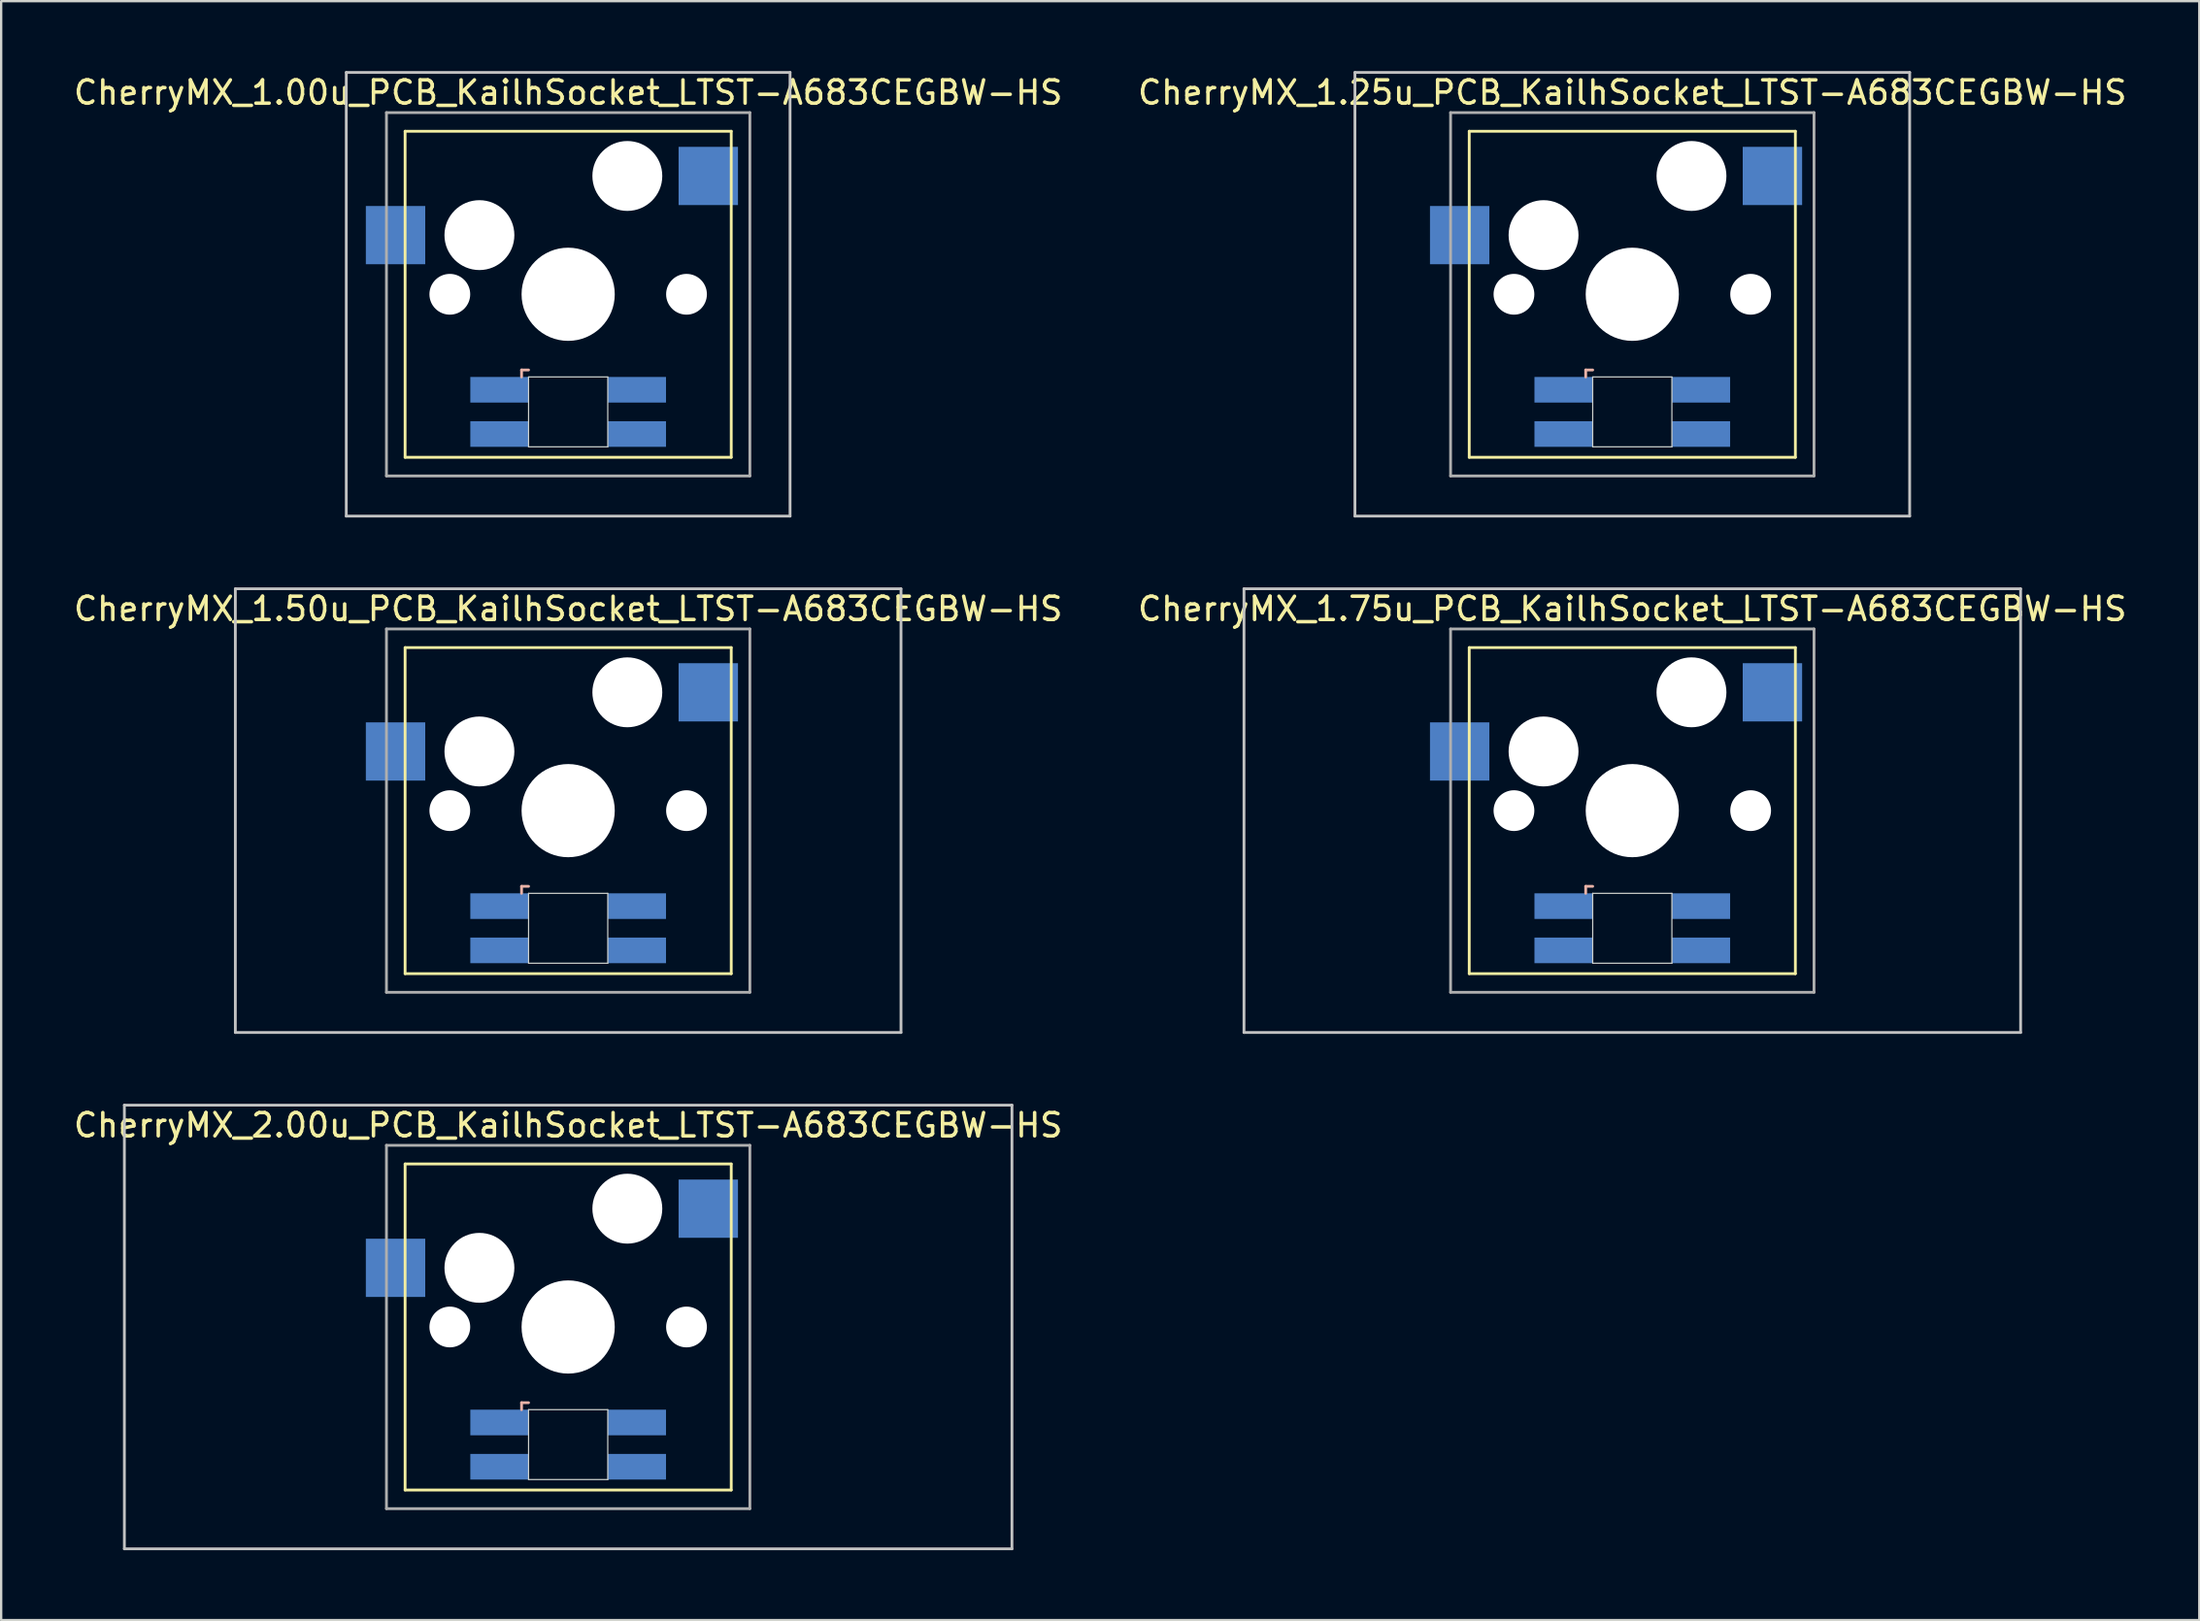
<source format=kicad_pcb>
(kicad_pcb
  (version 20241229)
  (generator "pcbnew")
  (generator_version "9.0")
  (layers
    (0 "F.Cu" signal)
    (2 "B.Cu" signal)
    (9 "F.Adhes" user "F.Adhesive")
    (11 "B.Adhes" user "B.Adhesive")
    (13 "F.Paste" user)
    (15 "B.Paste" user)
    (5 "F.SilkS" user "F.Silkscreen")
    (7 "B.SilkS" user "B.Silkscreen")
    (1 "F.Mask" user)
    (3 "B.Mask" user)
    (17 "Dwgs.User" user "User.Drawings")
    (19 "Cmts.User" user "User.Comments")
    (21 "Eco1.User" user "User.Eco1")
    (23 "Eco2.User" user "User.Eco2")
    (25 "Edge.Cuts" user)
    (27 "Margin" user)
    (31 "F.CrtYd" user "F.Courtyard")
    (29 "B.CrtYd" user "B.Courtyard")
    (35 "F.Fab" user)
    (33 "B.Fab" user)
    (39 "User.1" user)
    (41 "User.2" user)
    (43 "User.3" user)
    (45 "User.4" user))
  (footprint "CherryMX_1.75u_PCB_KailhSocket_LTST-A683CEGBW-HS"
    (layer "F.Cu")
    (at 67.018 31.755)
    (property "Reference" "CherryMX_1.75u_PCB_KailhSocket_LTST-A683CEGBW-HS" (at 0 -8.662 0) (layer "F.SilkS") (effects (font (size 1 1) (thickness 0.15))))
    (attr through_hole)
    (fp_line (start -7 -7) (end -7 7) (stroke (width 0.12) (type solid)) (layer "F.SilkS"))
    (fp_line (start -7 -7) (end 7 -7) (stroke (width 0.12) (type solid)) (layer "F.SilkS"))
    (fp_line (start 7 -7) (end 7 7) (stroke (width 0.12) (type solid)) (layer "F.SilkS"))
    (fp_line (start 7 7) (end -7 7) (stroke (width 0.12) (type solid)) (layer "F.SilkS"))
    (fp_line (start -2 3.25) (end -2 3.55) (stroke (width 0.12) (type solid)) (layer "B.SilkS"))
    (fp_line (start -1.7 3.25) (end -2 3.25) (stroke (width 0.12) (type solid)) (layer "B.SilkS"))
    (fp_line (start -16.669 -9.525) (end 16.669 -9.525) (stroke (width 0.12) (type solid)) (layer "Dwgs.User"))
    (fp_line (start -16.669 9.525) (end -16.669 -9.525) (stroke (width 0.12) (type solid)) (layer "Dwgs.User"))
    (fp_line (start 16.669 -9.525) (end 16.669 9.525) (stroke (width 0.12) (type solid)) (layer "Dwgs.User"))
    (fp_line (start 16.669 9.525) (end -16.669 9.525) (stroke (width 0.12) (type solid)) (layer "Dwgs.User"))
    (fp_line (start -1.7 3.55) (end 1.7 3.55) (stroke (width 0.05) (type solid)) (layer "Edge.Cuts"))
    (fp_line (start -1.7 6.55) (end -1.7 3.55) (stroke (width 0.05) (type solid)) (layer "Edge.Cuts"))
    (fp_line (start 1.7 3.55) (end 1.7 6.55) (stroke (width 0.05) (type solid)) (layer "Edge.Cuts"))
    (fp_line (start 1.7 6.55) (end -1.7 6.55) (stroke (width 0.05) (type solid)) (layer "Edge.Cuts"))
    (fp_line (start -7.8 -7.8) (end -7.8 7.8) (stroke (width 0.12) (type solid)) (layer "F.Fab"))
    (fp_line (start -7.8 -7.8) (end 7.8 -7.8) (stroke (width 0.12) (type solid)) (layer "F.Fab"))
    (fp_line (start -7.8 7.8) (end 7.8 7.8) (stroke (width 0.12) (type solid)) (layer "F.Fab"))
    (fp_line (start 7.8 -7.8) (end 7.8 7.8) (stroke (width 0.12) (type solid)) (layer "F.Fab"))
    (pad "" np_thru_hole circle (at -5.08 0) (size 1.75 1.75) (drill 1.75) (layers "*.Cu" "*.Mask"))
    (pad "" np_thru_hole circle (at -3.81 -2.54) (size 3 3) (drill 3) (layers "*.Cu" "*.Mask"))
    (pad "" np_thru_hole circle (at 0 0) (size 4 4) (drill 4) (layers "*.Cu" "*.Mask"))
    (pad "" np_thru_hole circle (at 2.54 -5.08) (size 3 3) (drill 3) (layers "*.Cu" "*.Mask"))
    (pad "" np_thru_hole circle (at 5.08 0) (size 1.75 1.75) (drill 1.75) (layers "*.Cu" "*.Mask"))
    (pad "1" smd rect (at -7.41 -2.54) (size 2.55 2.5) (layers "B.Cu" "B.Mask" "B.Paste"))
    (pad "2" smd rect (at 6.015 -5.08) (size 2.55 2.5) (layers "B.Cu" "B.Mask" "B.Paste"))
    (pad "3" smd rect (at -2.95 4.1) (size 2.5 1.1) (layers "B.Cu" "B.Mask" "B.Paste"))
    (pad "4" smd rect (at -2.95 6) (size 2.5 1.1) (layers "B.Cu" "B.Mask" "B.Paste"))
    (pad "5" smd rect (at 2.95 4.1) (size 2.5 1.1) (layers "B.Cu" "B.Mask" "B.Paste"))
    (pad "6" smd rect (at 2.95 6) (size 2.5 1.1) (layers "B.Cu" "B.Mask" "B.Paste")))
  (footprint "CherryMX_1.50u_PCB_KailhSocket_LTST-A683CEGBW-HS"
    (layer "F.Cu")
    (at 21.339 31.755)
    (property "Reference" "CherryMX_1.50u_PCB_KailhSocket_LTST-A683CEGBW-HS" (at 0 -8.662 0) (layer "F.SilkS") (effects (font (size 1 1) (thickness 0.15))))
    (attr through_hole)
    (fp_line (start -7 -7) (end -7 7) (stroke (width 0.12) (type solid)) (layer "F.SilkS"))
    (fp_line (start -7 -7) (end 7 -7) (stroke (width 0.12) (type solid)) (layer "F.SilkS"))
    (fp_line (start 7 -7) (end 7 7) (stroke (width 0.12) (type solid)) (layer "F.SilkS"))
    (fp_line (start 7 7) (end -7 7) (stroke (width 0.12) (type solid)) (layer "F.SilkS"))
    (fp_line (start -2 3.25) (end -2 3.55) (stroke (width 0.12) (type solid)) (layer "B.SilkS"))
    (fp_line (start -1.7 3.25) (end -2 3.25) (stroke (width 0.12) (type solid)) (layer "B.SilkS"))
    (fp_line (start -14.287 -9.525) (end 14.287 -9.525) (stroke (width 0.12) (type solid)) (layer "Dwgs.User"))
    (fp_line (start -14.287 9.525) (end -14.287 -9.525) (stroke (width 0.12) (type solid)) (layer "Dwgs.User"))
    (fp_line (start 14.287 -9.525) (end 14.287 9.525) (stroke (width 0.12) (type solid)) (layer "Dwgs.User"))
    (fp_line (start 14.287 9.525) (end -14.287 9.525) (stroke (width 0.12) (type solid)) (layer "Dwgs.User"))
    (fp_line (start -1.7 3.55) (end 1.7 3.55) (stroke (width 0.05) (type solid)) (layer "Edge.Cuts"))
    (fp_line (start -1.7 6.55) (end -1.7 3.55) (stroke (width 0.05) (type solid)) (layer "Edge.Cuts"))
    (fp_line (start 1.7 3.55) (end 1.7 6.55) (stroke (width 0.05) (type solid)) (layer "Edge.Cuts"))
    (fp_line (start 1.7 6.55) (end -1.7 6.55) (stroke (width 0.05) (type solid)) (layer "Edge.Cuts"))
    (fp_line (start -7.8 -7.8) (end -7.8 7.8) (stroke (width 0.12) (type solid)) (layer "F.Fab"))
    (fp_line (start -7.8 -7.8) (end 7.8 -7.8) (stroke (width 0.12) (type solid)) (layer "F.Fab"))
    (fp_line (start -7.8 7.8) (end 7.8 7.8) (stroke (width 0.12) (type solid)) (layer "F.Fab"))
    (fp_line (start 7.8 -7.8) (end 7.8 7.8) (stroke (width 0.12) (type solid)) (layer "F.Fab"))
    (pad "" np_thru_hole circle (at -5.08 0) (size 1.75 1.75) (drill 1.75) (layers "*.Cu" "*.Mask"))
    (pad "" np_thru_hole circle (at -3.81 -2.54) (size 3 3) (drill 3) (layers "*.Cu" "*.Mask"))
    (pad "" np_thru_hole circle (at 0 0) (size 4 4) (drill 4) (layers "*.Cu" "*.Mask"))
    (pad "" np_thru_hole circle (at 2.54 -5.08) (size 3 3) (drill 3) (layers "*.Cu" "*.Mask"))
    (pad "" np_thru_hole circle (at 5.08 0) (size 1.75 1.75) (drill 1.75) (layers "*.Cu" "*.Mask"))
    (pad "1" smd rect (at -7.41 -2.54) (size 2.55 2.5) (layers "B.Cu" "B.Mask" "B.Paste"))
    (pad "2" smd rect (at 6.015 -5.08) (size 2.55 2.5) (layers "B.Cu" "B.Mask" "B.Paste"))
    (pad "3" smd rect (at -2.95 4.1) (size 2.5 1.1) (layers "B.Cu" "B.Mask" "B.Paste"))
    (pad "4" smd rect (at -2.95 6) (size 2.5 1.1) (layers "B.Cu" "B.Mask" "B.Paste"))
    (pad "5" smd rect (at 2.95 4.1) (size 2.5 1.1) (layers "B.Cu" "B.Mask" "B.Paste"))
    (pad "6" smd rect (at 2.95 6) (size 2.5 1.1) (layers "B.Cu" "B.Mask" "B.Paste")))
  (footprint "CherryMX_1.25u_PCB_KailhSocket_LTST-A683CEGBW-HS"
    (layer "F.Cu")
    (at 67.018 9.585)
    (property "Reference" "CherryMX_1.25u_PCB_KailhSocket_LTST-A683CEGBW-HS" (at 0 -8.662 0) (layer "F.SilkS") (effects (font (size 1 1) (thickness 0.15))))
    (attr through_hole)
    (fp_line (start -7 -7) (end -7 7) (stroke (width 0.12) (type solid)) (layer "F.SilkS"))
    (fp_line (start -7 -7) (end 7 -7) (stroke (width 0.12) (type solid)) (layer "F.SilkS"))
    (fp_line (start 7 -7) (end 7 7) (stroke (width 0.12) (type solid)) (layer "F.SilkS"))
    (fp_line (start 7 7) (end -7 7) (stroke (width 0.12) (type solid)) (layer "F.SilkS"))
    (fp_line (start -2 3.25) (end -2 3.55) (stroke (width 0.12) (type solid)) (layer "B.SilkS"))
    (fp_line (start -1.7 3.25) (end -2 3.25) (stroke (width 0.12) (type solid)) (layer "B.SilkS"))
    (fp_line (start -11.906 -9.525) (end 11.906 -9.525) (stroke (width 0.12) (type solid)) (layer "Dwgs.User"))
    (fp_line (start -11.906 9.525) (end -11.906 -9.525) (stroke (width 0.12) (type solid)) (layer "Dwgs.User"))
    (fp_line (start 11.906 -9.525) (end 11.906 9.525) (stroke (width 0.12) (type solid)) (layer "Dwgs.User"))
    (fp_line (start 11.906 9.525) (end -11.906 9.525) (stroke (width 0.12) (type solid)) (layer "Dwgs.User"))
    (fp_line (start -1.7 3.55) (end 1.7 3.55) (stroke (width 0.05) (type solid)) (layer "Edge.Cuts"))
    (fp_line (start -1.7 6.55) (end -1.7 3.55) (stroke (width 0.05) (type solid)) (layer "Edge.Cuts"))
    (fp_line (start 1.7 3.55) (end 1.7 6.55) (stroke (width 0.05) (type solid)) (layer "Edge.Cuts"))
    (fp_line (start 1.7 6.55) (end -1.7 6.55) (stroke (width 0.05) (type solid)) (layer "Edge.Cuts"))
    (fp_line (start -7.8 -7.8) (end -7.8 7.8) (stroke (width 0.12) (type solid)) (layer "F.Fab"))
    (fp_line (start -7.8 -7.8) (end 7.8 -7.8) (stroke (width 0.12) (type solid)) (layer "F.Fab"))
    (fp_line (start -7.8 7.8) (end 7.8 7.8) (stroke (width 0.12) (type solid)) (layer "F.Fab"))
    (fp_line (start 7.8 -7.8) (end 7.8 7.8) (stroke (width 0.12) (type solid)) (layer "F.Fab"))
    (pad "" np_thru_hole circle (at -5.08 0) (size 1.75 1.75) (drill 1.75) (layers "*.Cu" "*.Mask"))
    (pad "" np_thru_hole circle (at -3.81 -2.54) (size 3 3) (drill 3) (layers "*.Cu" "*.Mask"))
    (pad "" np_thru_hole circle (at 0 0) (size 4 4) (drill 4) (layers "*.Cu" "*.Mask"))
    (pad "" np_thru_hole circle (at 2.54 -5.08) (size 3 3) (drill 3) (layers "*.Cu" "*.Mask"))
    (pad "" np_thru_hole circle (at 5.08 0) (size 1.75 1.75) (drill 1.75) (layers "*.Cu" "*.Mask"))
    (pad "1" smd rect (at -7.41 -2.54) (size 2.55 2.5) (layers "B.Cu" "B.Mask" "B.Paste"))
    (pad "2" smd rect (at 6.015 -5.08) (size 2.55 2.5) (layers "B.Cu" "B.Mask" "B.Paste"))
    (pad "3" smd rect (at -2.95 4.1) (size 2.5 1.1) (layers "B.Cu" "B.Mask" "B.Paste"))
    (pad "4" smd rect (at -2.95 6) (size 2.5 1.1) (layers "B.Cu" "B.Mask" "B.Paste"))
    (pad "5" smd rect (at 2.95 4.1) (size 2.5 1.1) (layers "B.Cu" "B.Mask" "B.Paste"))
    (pad "6" smd rect (at 2.95 6) (size 2.5 1.1) (layers "B.Cu" "B.Mask" "B.Paste")))
  (footprint "CherryMX_2.00u_PCB_KailhSocket_LTST-A683CEGBW-HS"
    (layer "F.Cu")
    (at 21.339 53.925)
    (property "Reference" "CherryMX_2.00u_PCB_KailhSocket_LTST-A683CEGBW-HS" (at 0 -8.662 0) (layer "F.SilkS") (effects (font (size 1 1) (thickness 0.15))))
    (attr through_hole)
    (fp_line (start -7 -7) (end -7 7) (stroke (width 0.12) (type solid)) (layer "F.SilkS"))
    (fp_line (start -7 -7) (end 7 -7) (stroke (width 0.12) (type solid)) (layer "F.SilkS"))
    (fp_line (start 7 -7) (end 7 7) (stroke (width 0.12) (type solid)) (layer "F.SilkS"))
    (fp_line (start 7 7) (end -7 7) (stroke (width 0.12) (type solid)) (layer "F.SilkS"))
    (fp_line (start -2 3.25) (end -2 3.55) (stroke (width 0.12) (type solid)) (layer "B.SilkS"))
    (fp_line (start -1.7 3.25) (end -2 3.25) (stroke (width 0.12) (type solid)) (layer "B.SilkS"))
    (fp_line (start -19.05 -9.525) (end 19.05 -9.525) (stroke (width 0.12) (type solid)) (layer "Dwgs.User"))
    (fp_line (start -19.05 9.525) (end -19.05 -9.525) (stroke (width 0.12) (type solid)) (layer "Dwgs.User"))
    (fp_line (start 19.05 -9.525) (end 19.05 9.525) (stroke (width 0.12) (type solid)) (layer "Dwgs.User"))
    (fp_line (start 19.05 9.525) (end -19.05 9.525) (stroke (width 0.12) (type solid)) (layer "Dwgs.User"))
    (fp_line (start -1.7 3.55) (end 1.7 3.55) (stroke (width 0.05) (type solid)) (layer "Edge.Cuts"))
    (fp_line (start -1.7 6.55) (end -1.7 3.55) (stroke (width 0.05) (type solid)) (layer "Edge.Cuts"))
    (fp_line (start 1.7 3.55) (end 1.7 6.55) (stroke (width 0.05) (type solid)) (layer "Edge.Cuts"))
    (fp_line (start 1.7 6.55) (end -1.7 6.55) (stroke (width 0.05) (type solid)) (layer "Edge.Cuts"))
    (fp_line (start -7.8 -7.8) (end -7.8 7.8) (stroke (width 0.12) (type solid)) (layer "F.Fab"))
    (fp_line (start -7.8 -7.8) (end 7.8 -7.8) (stroke (width 0.12) (type solid)) (layer "F.Fab"))
    (fp_line (start -7.8 7.8) (end 7.8 7.8) (stroke (width 0.12) (type solid)) (layer "F.Fab"))
    (fp_line (start 7.8 -7.8) (end 7.8 7.8) (stroke (width 0.12) (type solid)) (layer "F.Fab"))
    (pad "" np_thru_hole circle (at -5.08 0) (size 1.75 1.75) (drill 1.75) (layers "*.Cu" "*.Mask"))
    (pad "" np_thru_hole circle (at -3.81 -2.54) (size 3 3) (drill 3) (layers "*.Cu" "*.Mask"))
    (pad "" np_thru_hole circle (at 0 0) (size 4 4) (drill 4) (layers "*.Cu" "*.Mask"))
    (pad "" np_thru_hole circle (at 2.54 -5.08) (size 3 3) (drill 3) (layers "*.Cu" "*.Mask"))
    (pad "" np_thru_hole circle (at 5.08 0) (size 1.75 1.75) (drill 1.75) (layers "*.Cu" "*.Mask"))
    (pad "1" smd rect (at -7.41 -2.54) (size 2.55 2.5) (layers "B.Cu" "B.Mask" "B.Paste"))
    (pad "2" smd rect (at 6.015 -5.08) (size 2.55 2.5) (layers "B.Cu" "B.Mask" "B.Paste"))
    (pad "3" smd rect (at -2.95 4.1) (size 2.5 1.1) (layers "B.Cu" "B.Mask" "B.Paste"))
    (pad "4" smd rect (at -2.95 6) (size 2.5 1.1) (layers "B.Cu" "B.Mask" "B.Paste"))
    (pad "5" smd rect (at 2.95 4.1) (size 2.5 1.1) (layers "B.Cu" "B.Mask" "B.Paste"))
    (pad "6" smd rect (at 2.95 6) (size 2.5 1.1) (layers "B.Cu" "B.Mask" "B.Paste")))
  (footprint "CherryMX_1.00u_PCB_KailhSocket_LTST-A683CEGBW-HS"
    (layer "F.Cu")
    (at 21.339 9.585)
    (property "Reference" "CherryMX_1.00u_PCB_KailhSocket_LTST-A683CEGBW-HS" (at 0 -8.662 0) (layer "F.SilkS") (effects (font (size 1 1) (thickness 0.15))))
    (attr through_hole)
    (fp_line (start -7 -7) (end -7 7) (stroke (width 0.12) (type solid)) (layer "F.SilkS"))
    (fp_line (start -7 -7) (end 7 -7) (stroke (width 0.12) (type solid)) (layer "F.SilkS"))
    (fp_line (start 7 -7) (end 7 7) (stroke (width 0.12) (type solid)) (layer "F.SilkS"))
    (fp_line (start 7 7) (end -7 7) (stroke (width 0.12) (type solid)) (layer "F.SilkS"))
    (fp_line (start -2 3.25) (end -2 3.55) (stroke (width 0.12) (type solid)) (layer "B.SilkS"))
    (fp_line (start -1.7 3.25) (end -2 3.25) (stroke (width 0.12) (type solid)) (layer "B.SilkS"))
    (fp_line (start -9.525 -9.525) (end 9.525 -9.525) (stroke (width 0.12) (type solid)) (layer "Dwgs.User"))
    (fp_line (start -9.525 9.525) (end -9.525 -9.525) (stroke (width 0.12) (type solid)) (layer "Dwgs.User"))
    (fp_line (start 9.525 -9.525) (end 9.525 9.525) (stroke (width 0.12) (type solid)) (layer "Dwgs.User"))
    (fp_line (start 9.525 9.525) (end -9.525 9.525) (stroke (width 0.12) (type solid)) (layer "Dwgs.User"))
    (fp_line (start -1.7 3.55) (end 1.7 3.55) (stroke (width 0.05) (type solid)) (layer "Edge.Cuts"))
    (fp_line (start -1.7 6.55) (end -1.7 3.55) (stroke (width 0.05) (type solid)) (layer "Edge.Cuts"))
    (fp_line (start 1.7 3.55) (end 1.7 6.55) (stroke (width 0.05) (type solid)) (layer "Edge.Cuts"))
    (fp_line (start 1.7 6.55) (end -1.7 6.55) (stroke (width 0.05) (type solid)) (layer "Edge.Cuts"))
    (fp_line (start -7.8 -7.8) (end -7.8 7.8) (stroke (width 0.12) (type solid)) (layer "F.Fab"))
    (fp_line (start -7.8 -7.8) (end 7.8 -7.8) (stroke (width 0.12) (type solid)) (layer "F.Fab"))
    (fp_line (start -7.8 7.8) (end 7.8 7.8) (stroke (width 0.12) (type solid)) (layer "F.Fab"))
    (fp_line (start 7.8 -7.8) (end 7.8 7.8) (stroke (width 0.12) (type solid)) (layer "F.Fab"))
    (pad "" np_thru_hole circle (at -5.08 0) (size 1.75 1.75) (drill 1.75) (layers "*.Cu" "*.Mask"))
    (pad "" np_thru_hole circle (at -3.81 -2.54) (size 3 3) (drill 3) (layers "*.Cu" "*.Mask"))
    (pad "" np_thru_hole circle (at 0 0) (size 4 4) (drill 4) (layers "*.Cu" "*.Mask"))
    (pad "" np_thru_hole circle (at 2.54 -5.08) (size 3 3) (drill 3) (layers "*.Cu" "*.Mask"))
    (pad "" np_thru_hole circle (at 5.08 0) (size 1.75 1.75) (drill 1.75) (layers "*.Cu" "*.Mask"))
    (pad "1" smd rect (at -7.41 -2.54) (size 2.55 2.5) (layers "B.Cu" "B.Mask" "B.Paste"))
    (pad "2" smd rect (at 6.015 -5.08) (size 2.55 2.5) (layers "B.Cu" "B.Mask" "B.Paste"))
    (pad "3" smd rect (at -2.95 4.1) (size 2.5 1.1) (layers "B.Cu" "B.Mask" "B.Paste"))
    (pad "4" smd rect (at -2.95 6) (size 2.5 1.1) (layers "B.Cu" "B.Mask" "B.Paste"))
    (pad "5" smd rect (at 2.95 4.1) (size 2.5 1.1) (layers "B.Cu" "B.Mask" "B.Paste"))
    (pad "6" smd rect (at 2.95 6) (size 2.5 1.1) (layers "B.Cu" "B.Mask" "B.Paste")))
  (gr_rect
    (start -3 -3)
    (end 91.357 66.51)
    (stroke (width 0.1) (type default))
    (fill no)
    (layer "Edge.Cuts")))
</source>
